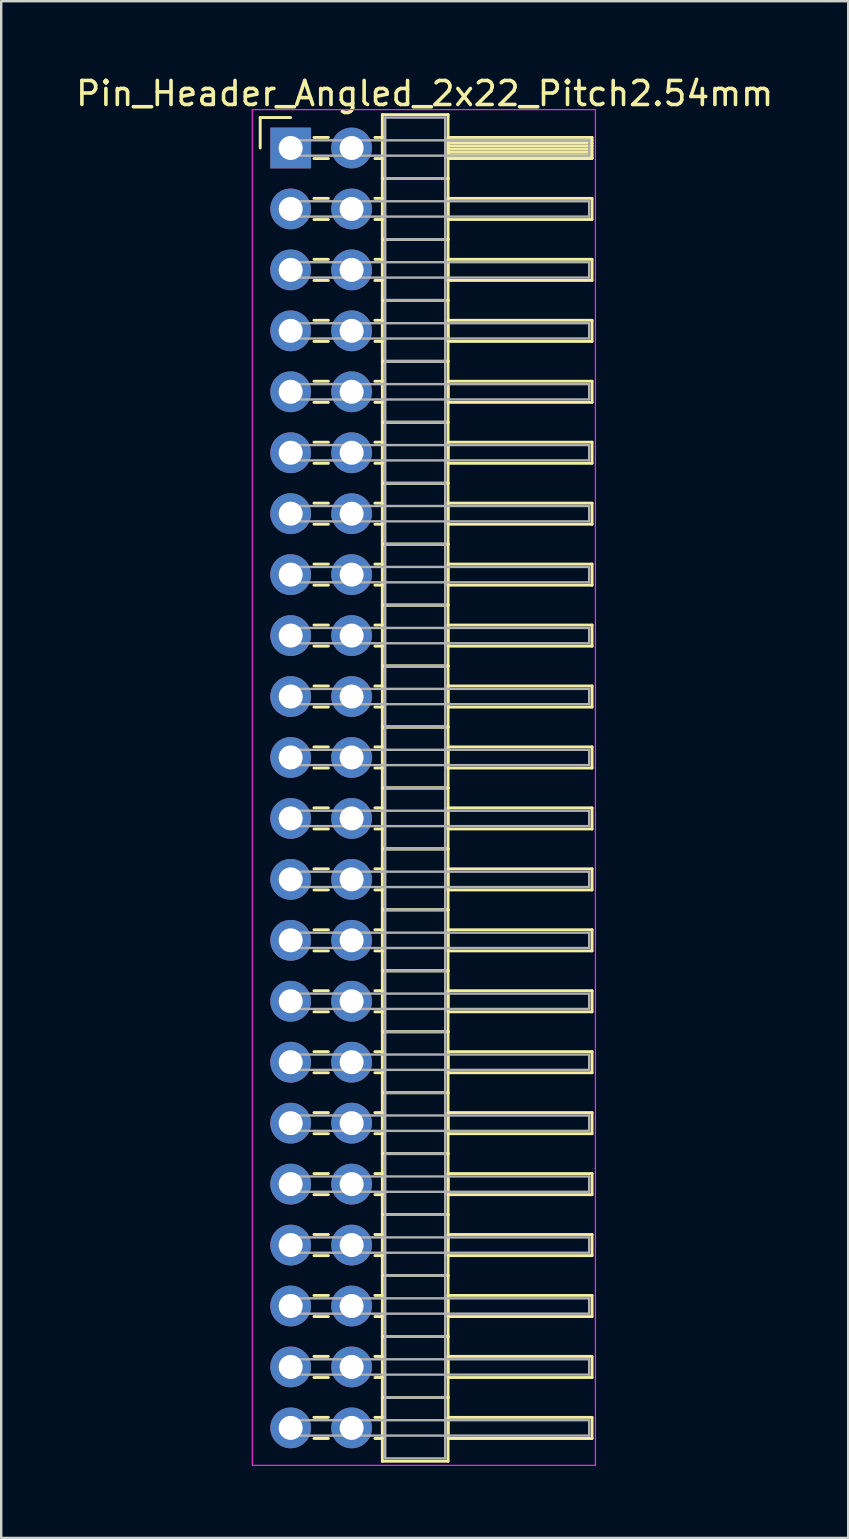
<source format=kicad_pcb>
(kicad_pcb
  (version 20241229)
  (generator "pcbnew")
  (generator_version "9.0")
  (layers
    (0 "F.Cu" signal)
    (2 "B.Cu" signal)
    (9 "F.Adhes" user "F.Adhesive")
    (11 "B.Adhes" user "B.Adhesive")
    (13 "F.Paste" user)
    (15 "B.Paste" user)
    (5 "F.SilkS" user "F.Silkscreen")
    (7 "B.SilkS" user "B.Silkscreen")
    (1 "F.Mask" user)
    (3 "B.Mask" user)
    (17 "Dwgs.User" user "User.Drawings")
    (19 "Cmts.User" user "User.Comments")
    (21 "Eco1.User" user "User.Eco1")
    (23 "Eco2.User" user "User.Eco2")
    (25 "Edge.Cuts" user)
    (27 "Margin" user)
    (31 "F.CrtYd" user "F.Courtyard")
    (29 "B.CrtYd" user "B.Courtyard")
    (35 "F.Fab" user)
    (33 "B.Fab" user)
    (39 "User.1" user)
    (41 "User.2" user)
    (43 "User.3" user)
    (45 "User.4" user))
  (footprint "Pin_Header_Angled_2x22_Pitch2.54mm"
    (layer "F.Cu")
    (at 9.064 3.118)
    (property "Reference" "Pin_Header_Angled_2x22_Pitch2.54mm" (at 5.585 -2.27 0) (layer "F.SilkS") (effects (font (size 1 1) (thickness 0.15))))
    (attr through_hole)
    (fp_line (start -1.27 -1.27) (end 0 -1.27) (stroke (width 0.12) (type solid)) (layer "F.SilkS"))
    (fp_line (start -1.27 0) (end -1.27 -1.27) (stroke (width 0.12) (type solid)) (layer "F.SilkS"))
    (fp_line (start 0.97 -0.44) (end 1.57 -0.44) (stroke (width 0.12) (type solid)) (layer "F.SilkS"))
    (fp_line (start 0.97 0.44) (end 1.57 0.44) (stroke (width 0.12) (type solid)) (layer "F.SilkS"))
    (fp_line (start 0.97 2.1) (end 1.57 2.1) (stroke (width 0.12) (type solid)) (layer "F.SilkS"))
    (fp_line (start 0.97 2.98) (end 1.57 2.98) (stroke (width 0.12) (type solid)) (layer "F.SilkS"))
    (fp_line (start 0.97 4.64) (end 1.57 4.64) (stroke (width 0.12) (type solid)) (layer "F.SilkS"))
    (fp_line (start 0.97 5.52) (end 1.57 5.52) (stroke (width 0.12) (type solid)) (layer "F.SilkS"))
    (fp_line (start 0.97 7.18) (end 1.57 7.18) (stroke (width 0.12) (type solid)) (layer "F.SilkS"))
    (fp_line (start 0.97 8.06) (end 1.57 8.06) (stroke (width 0.12) (type solid)) (layer "F.SilkS"))
    (fp_line (start 0.97 9.72) (end 1.57 9.72) (stroke (width 0.12) (type solid)) (layer "F.SilkS"))
    (fp_line (start 0.97 10.6) (end 1.57 10.6) (stroke (width 0.12) (type solid)) (layer "F.SilkS"))
    (fp_line (start 0.97 12.26) (end 1.57 12.26) (stroke (width 0.12) (type solid)) (layer "F.SilkS"))
    (fp_line (start 0.97 13.14) (end 1.57 13.14) (stroke (width 0.12) (type solid)) (layer "F.SilkS"))
    (fp_line (start 0.97 14.8) (end 1.57 14.8) (stroke (width 0.12) (type solid)) (layer "F.SilkS"))
    (fp_line (start 0.97 15.68) (end 1.57 15.68) (stroke (width 0.12) (type solid)) (layer "F.SilkS"))
    (fp_line (start 0.97 17.34) (end 1.57 17.34) (stroke (width 0.12) (type solid)) (layer "F.SilkS"))
    (fp_line (start 0.97 18.22) (end 1.57 18.22) (stroke (width 0.12) (type solid)) (layer "F.SilkS"))
    (fp_line (start 0.97 19.88) (end 1.57 19.88) (stroke (width 0.12) (type solid)) (layer "F.SilkS"))
    (fp_line (start 0.97 20.76) (end 1.57 20.76) (stroke (width 0.12) (type solid)) (layer "F.SilkS"))
    (fp_line (start 0.97 22.42) (end 1.57 22.42) (stroke (width 0.12) (type solid)) (layer "F.SilkS"))
    (fp_line (start 0.97 23.3) (end 1.57 23.3) (stroke (width 0.12) (type solid)) (layer "F.SilkS"))
    (fp_line (start 0.97 24.96) (end 1.57 24.96) (stroke (width 0.12) (type solid)) (layer "F.SilkS"))
    (fp_line (start 0.97 25.84) (end 1.57 25.84) (stroke (width 0.12) (type solid)) (layer "F.SilkS"))
    (fp_line (start 0.97 27.5) (end 1.57 27.5) (stroke (width 0.12) (type solid)) (layer "F.SilkS"))
    (fp_line (start 0.97 28.38) (end 1.57 28.38) (stroke (width 0.12) (type solid)) (layer "F.SilkS"))
    (fp_line (start 0.97 30.04) (end 1.57 30.04) (stroke (width 0.12) (type solid)) (layer "F.SilkS"))
    (fp_line (start 0.97 30.92) (end 1.57 30.92) (stroke (width 0.12) (type solid)) (layer "F.SilkS"))
    (fp_line (start 0.97 32.58) (end 1.57 32.58) (stroke (width 0.12) (type solid)) (layer "F.SilkS"))
    (fp_line (start 0.97 33.46) (end 1.57 33.46) (stroke (width 0.12) (type solid)) (layer "F.SilkS"))
    (fp_line (start 0.97 35.12) (end 1.57 35.12) (stroke (width 0.12) (type solid)) (layer "F.SilkS"))
    (fp_line (start 0.97 36) (end 1.57 36) (stroke (width 0.12) (type solid)) (layer "F.SilkS"))
    (fp_line (start 0.97 37.66) (end 1.57 37.66) (stroke (width 0.12) (type solid)) (layer "F.SilkS"))
    (fp_line (start 0.97 38.54) (end 1.57 38.54) (stroke (width 0.12) (type solid)) (layer "F.SilkS"))
    (fp_line (start 0.97 40.2) (end 1.57 40.2) (stroke (width 0.12) (type solid)) (layer "F.SilkS"))
    (fp_line (start 0.97 41.08) (end 1.57 41.08) (stroke (width 0.12) (type solid)) (layer "F.SilkS"))
    (fp_line (start 0.97 42.74) (end 1.57 42.74) (stroke (width 0.12) (type solid)) (layer "F.SilkS"))
    (fp_line (start 0.97 43.62) (end 1.57 43.62) (stroke (width 0.12) (type solid)) (layer "F.SilkS"))
    (fp_line (start 0.97 45.28) (end 1.57 45.28) (stroke (width 0.12) (type solid)) (layer "F.SilkS"))
    (fp_line (start 0.97 46.16) (end 1.57 46.16) (stroke (width 0.12) (type solid)) (layer "F.SilkS"))
    (fp_line (start 0.97 47.82) (end 1.57 47.82) (stroke (width 0.12) (type solid)) (layer "F.SilkS"))
    (fp_line (start 0.97 48.7) (end 1.57 48.7) (stroke (width 0.12) (type solid)) (layer "F.SilkS"))
    (fp_line (start 0.97 50.36) (end 1.57 50.36) (stroke (width 0.12) (type solid)) (layer "F.SilkS"))
    (fp_line (start 0.97 51.24) (end 1.57 51.24) (stroke (width 0.12) (type solid)) (layer "F.SilkS"))
    (fp_line (start 0.97 52.9) (end 1.57 52.9) (stroke (width 0.12) (type solid)) (layer "F.SilkS"))
    (fp_line (start 0.97 53.78) (end 1.57 53.78) (stroke (width 0.12) (type solid)) (layer "F.SilkS"))
    (fp_line (start 3.51 -0.44) (end 3.82 -0.44) (stroke (width 0.12) (type solid)) (layer "F.SilkS"))
    (fp_line (start 3.51 0.44) (end 3.82 0.44) (stroke (width 0.12) (type solid)) (layer "F.SilkS"))
    (fp_line (start 3.51 2.1) (end 3.82 2.1) (stroke (width 0.12) (type solid)) (layer "F.SilkS"))
    (fp_line (start 3.51 2.98) (end 3.82 2.98) (stroke (width 0.12) (type solid)) (layer "F.SilkS"))
    (fp_line (start 3.51 4.64) (end 3.82 4.64) (stroke (width 0.12) (type solid)) (layer "F.SilkS"))
    (fp_line (start 3.51 5.52) (end 3.82 5.52) (stroke (width 0.12) (type solid)) (layer "F.SilkS"))
    (fp_line (start 3.51 7.18) (end 3.82 7.18) (stroke (width 0.12) (type solid)) (layer "F.SilkS"))
    (fp_line (start 3.51 8.06) (end 3.82 8.06) (stroke (width 0.12) (type solid)) (layer "F.SilkS"))
    (fp_line (start 3.51 9.72) (end 3.82 9.72) (stroke (width 0.12) (type solid)) (layer "F.SilkS"))
    (fp_line (start 3.51 10.6) (end 3.82 10.6) (stroke (width 0.12) (type solid)) (layer "F.SilkS"))
    (fp_line (start 3.51 12.26) (end 3.82 12.26) (stroke (width 0.12) (type solid)) (layer "F.SilkS"))
    (fp_line (start 3.51 13.14) (end 3.82 13.14) (stroke (width 0.12) (type solid)) (layer "F.SilkS"))
    (fp_line (start 3.51 14.8) (end 3.82 14.8) (stroke (width 0.12) (type solid)) (layer "F.SilkS"))
    (fp_line (start 3.51 15.68) (end 3.82 15.68) (stroke (width 0.12) (type solid)) (layer "F.SilkS"))
    (fp_line (start 3.51 17.34) (end 3.82 17.34) (stroke (width 0.12) (type solid)) (layer "F.SilkS"))
    (fp_line (start 3.51 18.22) (end 3.82 18.22) (stroke (width 0.12) (type solid)) (layer "F.SilkS"))
    (fp_line (start 3.51 19.88) (end 3.82 19.88) (stroke (width 0.12) (type solid)) (layer "F.SilkS"))
    (fp_line (start 3.51 20.76) (end 3.82 20.76) (stroke (width 0.12) (type solid)) (layer "F.SilkS"))
    (fp_line (start 3.51 22.42) (end 3.82 22.42) (stroke (width 0.12) (type solid)) (layer "F.SilkS"))
    (fp_line (start 3.51 23.3) (end 3.82 23.3) (stroke (width 0.12) (type solid)) (layer "F.SilkS"))
    (fp_line (start 3.51 24.96) (end 3.82 24.96) (stroke (width 0.12) (type solid)) (layer "F.SilkS"))
    (fp_line (start 3.51 25.84) (end 3.82 25.84) (stroke (width 0.12) (type solid)) (layer "F.SilkS"))
    (fp_line (start 3.51 27.5) (end 3.82 27.5) (stroke (width 0.12) (type solid)) (layer "F.SilkS"))
    (fp_line (start 3.51 28.38) (end 3.82 28.38) (stroke (width 0.12) (type solid)) (layer "F.SilkS"))
    (fp_line (start 3.51 30.04) (end 3.82 30.04) (stroke (width 0.12) (type solid)) (layer "F.SilkS"))
    (fp_line (start 3.51 30.92) (end 3.82 30.92) (stroke (width 0.12) (type solid)) (layer "F.SilkS"))
    (fp_line (start 3.51 32.58) (end 3.82 32.58) (stroke (width 0.12) (type solid)) (layer "F.SilkS"))
    (fp_line (start 3.51 33.46) (end 3.82 33.46) (stroke (width 0.12) (type solid)) (layer "F.SilkS"))
    (fp_line (start 3.51 35.12) (end 3.82 35.12) (stroke (width 0.12) (type solid)) (layer "F.SilkS"))
    (fp_line (start 3.51 36) (end 3.82 36) (stroke (width 0.12) (type solid)) (layer "F.SilkS"))
    (fp_line (start 3.51 37.66) (end 3.82 37.66) (stroke (width 0.12) (type solid)) (layer "F.SilkS"))
    (fp_line (start 3.51 38.54) (end 3.82 38.54) (stroke (width 0.12) (type solid)) (layer "F.SilkS"))
    (fp_line (start 3.51 40.2) (end 3.82 40.2) (stroke (width 0.12) (type solid)) (layer "F.SilkS"))
    (fp_line (start 3.51 41.08) (end 3.82 41.08) (stroke (width 0.12) (type solid)) (layer "F.SilkS"))
    (fp_line (start 3.51 42.74) (end 3.82 42.74) (stroke (width 0.12) (type solid)) (layer "F.SilkS"))
    (fp_line (start 3.51 43.62) (end 3.82 43.62) (stroke (width 0.12) (type solid)) (layer "F.SilkS"))
    (fp_line (start 3.51 45.28) (end 3.82 45.28) (stroke (width 0.12) (type solid)) (layer "F.SilkS"))
    (fp_line (start 3.51 46.16) (end 3.82 46.16) (stroke (width 0.12) (type solid)) (layer "F.SilkS"))
    (fp_line (start 3.51 47.82) (end 3.82 47.82) (stroke (width 0.12) (type solid)) (layer "F.SilkS"))
    (fp_line (start 3.51 48.7) (end 3.82 48.7) (stroke (width 0.12) (type solid)) (layer "F.SilkS"))
    (fp_line (start 3.51 50.36) (end 3.82 50.36) (stroke (width 0.12) (type solid)) (layer "F.SilkS"))
    (fp_line (start 3.51 51.24) (end 3.82 51.24) (stroke (width 0.12) (type solid)) (layer "F.SilkS"))
    (fp_line (start 3.51 52.9) (end 3.82 52.9) (stroke (width 0.12) (type solid)) (layer "F.SilkS"))
    (fp_line (start 3.51 53.78) (end 3.82 53.78) (stroke (width 0.12) (type solid)) (layer "F.SilkS"))
    (fp_line (start 3.82 -1.39) (end 3.82 1.27) (stroke (width 0.12) (type solid)) (layer "F.SilkS"))
    (fp_line (start 3.82 1.27) (end 3.82 3.81) (stroke (width 0.12) (type solid)) (layer "F.SilkS"))
    (fp_line (start 3.82 1.27) (end 6.56 1.27) (stroke (width 0.12) (type solid)) (layer "F.SilkS"))
    (fp_line (start 3.82 3.81) (end 3.82 6.35) (stroke (width 0.12) (type solid)) (layer "F.SilkS"))
    (fp_line (start 3.82 3.81) (end 6.56 3.81) (stroke (width 0.12) (type solid)) (layer "F.SilkS"))
    (fp_line (start 3.82 6.35) (end 3.82 8.89) (stroke (width 0.12) (type solid)) (layer "F.SilkS"))
    (fp_line (start 3.82 6.35) (end 6.56 6.35) (stroke (width 0.12) (type solid)) (layer "F.SilkS"))
    (fp_line (start 3.82 8.89) (end 3.82 11.43) (stroke (width 0.12) (type solid)) (layer "F.SilkS"))
    (fp_line (start 3.82 8.89) (end 6.56 8.89) (stroke (width 0.12) (type solid)) (layer "F.SilkS"))
    (fp_line (start 3.82 11.43) (end 3.82 13.97) (stroke (width 0.12) (type solid)) (layer "F.SilkS"))
    (fp_line (start 3.82 11.43) (end 6.56 11.43) (stroke (width 0.12) (type solid)) (layer "F.SilkS"))
    (fp_line (start 3.82 13.97) (end 3.82 16.51) (stroke (width 0.12) (type solid)) (layer "F.SilkS"))
    (fp_line (start 3.82 13.97) (end 6.56 13.97) (stroke (width 0.12) (type solid)) (layer "F.SilkS"))
    (fp_line (start 3.82 16.51) (end 3.82 19.05) (stroke (width 0.12) (type solid)) (layer "F.SilkS"))
    (fp_line (start 3.82 16.51) (end 6.56 16.51) (stroke (width 0.12) (type solid)) (layer "F.SilkS"))
    (fp_line (start 3.82 19.05) (end 3.82 21.59) (stroke (width 0.12) (type solid)) (layer "F.SilkS"))
    (fp_line (start 3.82 19.05) (end 6.56 19.05) (stroke (width 0.12) (type solid)) (layer "F.SilkS"))
    (fp_line (start 3.82 21.59) (end 3.82 24.13) (stroke (width 0.12) (type solid)) (layer "F.SilkS"))
    (fp_line (start 3.82 21.59) (end 6.56 21.59) (stroke (width 0.12) (type solid)) (layer "F.SilkS"))
    (fp_line (start 3.82 24.13) (end 3.82 26.67) (stroke (width 0.12) (type solid)) (layer "F.SilkS"))
    (fp_line (start 3.82 24.13) (end 6.56 24.13) (stroke (width 0.12) (type solid)) (layer "F.SilkS"))
    (fp_line (start 3.82 26.67) (end 3.82 29.21) (stroke (width 0.12) (type solid)) (layer "F.SilkS"))
    (fp_line (start 3.82 26.67) (end 6.56 26.67) (stroke (width 0.12) (type solid)) (layer "F.SilkS"))
    (fp_line (start 3.82 29.21) (end 3.82 31.75) (stroke (width 0.12) (type solid)) (layer "F.SilkS"))
    (fp_line (start 3.82 29.21) (end 6.56 29.21) (stroke (width 0.12) (type solid)) (layer "F.SilkS"))
    (fp_line (start 3.82 31.75) (end 3.82 34.29) (stroke (width 0.12) (type solid)) (layer "F.SilkS"))
    (fp_line (start 3.82 31.75) (end 6.56 31.75) (stroke (width 0.12) (type solid)) (layer "F.SilkS"))
    (fp_line (start 3.82 34.29) (end 3.82 36.83) (stroke (width 0.12) (type solid)) (layer "F.SilkS"))
    (fp_line (start 3.82 34.29) (end 6.56 34.29) (stroke (width 0.12) (type solid)) (layer "F.SilkS"))
    (fp_line (start 3.82 36.83) (end 3.82 39.37) (stroke (width 0.12) (type solid)) (layer "F.SilkS"))
    (fp_line (start 3.82 36.83) (end 6.56 36.83) (stroke (width 0.12) (type solid)) (layer "F.SilkS"))
    (fp_line (start 3.82 39.37) (end 3.82 41.91) (stroke (width 0.12) (type solid)) (layer "F.SilkS"))
    (fp_line (start 3.82 39.37) (end 6.56 39.37) (stroke (width 0.12) (type solid)) (layer "F.SilkS"))
    (fp_line (start 3.82 41.91) (end 3.82 44.45) (stroke (width 0.12) (type solid)) (layer "F.SilkS"))
    (fp_line (start 3.82 41.91) (end 6.56 41.91) (stroke (width 0.12) (type solid)) (layer "F.SilkS"))
    (fp_line (start 3.82 44.45) (end 3.82 46.99) (stroke (width 0.12) (type solid)) (layer "F.SilkS"))
    (fp_line (start 3.82 44.45) (end 6.56 44.45) (stroke (width 0.12) (type solid)) (layer "F.SilkS"))
    (fp_line (start 3.82 46.99) (end 3.82 49.53) (stroke (width 0.12) (type solid)) (layer "F.SilkS"))
    (fp_line (start 3.82 46.99) (end 6.56 46.99) (stroke (width 0.12) (type solid)) (layer "F.SilkS"))
    (fp_line (start 3.82 49.53) (end 3.82 52.07) (stroke (width 0.12) (type solid)) (layer "F.SilkS"))
    (fp_line (start 3.82 49.53) (end 6.56 49.53) (stroke (width 0.12) (type solid)) (layer "F.SilkS"))
    (fp_line (start 3.82 52.07) (end 3.82 54.73) (stroke (width 0.12) (type solid)) (layer "F.SilkS"))
    (fp_line (start 3.82 52.07) (end 6.56 52.07) (stroke (width 0.12) (type solid)) (layer "F.SilkS"))
    (fp_line (start 3.82 54.73) (end 6.56 54.73) (stroke (width 0.12) (type solid)) (layer "F.SilkS"))
    (fp_line (start 6.56 -1.39) (end 3.82 -1.39) (stroke (width 0.12) (type solid)) (layer "F.SilkS"))
    (fp_line (start 6.56 -0.44) (end 6.56 0.44) (stroke (width 0.12) (type solid)) (layer "F.SilkS"))
    (fp_line (start 6.56 -0.32) (end 12.56 -0.32) (stroke (width 0.12) (type solid)) (layer "F.SilkS"))
    (fp_line (start 6.56 -0.2) (end 12.56 -0.2) (stroke (width 0.12) (type solid)) (layer "F.SilkS"))
    (fp_line (start 6.56 -0.08) (end 12.56 -0.08) (stroke (width 0.12) (type solid)) (layer "F.SilkS"))
    (fp_line (start 6.56 0.04) (end 12.56 0.04) (stroke (width 0.12) (type solid)) (layer "F.SilkS"))
    (fp_line (start 6.56 0.16) (end 12.56 0.16) (stroke (width 0.12) (type solid)) (layer "F.SilkS"))
    (fp_line (start 6.56 0.28) (end 12.56 0.28) (stroke (width 0.12) (type solid)) (layer "F.SilkS"))
    (fp_line (start 6.56 0.4) (end 12.56 0.4) (stroke (width 0.12) (type solid)) (layer "F.SilkS"))
    (fp_line (start 6.56 0.44) (end 12.56 0.44) (stroke (width 0.12) (type solid)) (layer "F.SilkS"))
    (fp_line (start 6.56 1.27) (end 3.82 1.27) (stroke (width 0.12) (type solid)) (layer "F.SilkS"))
    (fp_line (start 6.56 1.27) (end 6.56 -1.39) (stroke (width 0.12) (type solid)) (layer "F.SilkS"))
    (fp_line (start 6.56 2.1) (end 6.56 2.98) (stroke (width 0.12) (type solid)) (layer "F.SilkS"))
    (fp_line (start 6.56 2.98) (end 12.56 2.98) (stroke (width 0.12) (type solid)) (layer "F.SilkS"))
    (fp_line (start 6.56 3.81) (end 3.82 3.81) (stroke (width 0.12) (type solid)) (layer "F.SilkS"))
    (fp_line (start 6.56 3.81) (end 6.56 1.27) (stroke (width 0.12) (type solid)) (layer "F.SilkS"))
    (fp_line (start 6.56 4.64) (end 6.56 5.52) (stroke (width 0.12) (type solid)) (layer "F.SilkS"))
    (fp_line (start 6.56 5.52) (end 12.56 5.52) (stroke (width 0.12) (type solid)) (layer "F.SilkS"))
    (fp_line (start 6.56 6.35) (end 3.82 6.35) (stroke (width 0.12) (type solid)) (layer "F.SilkS"))
    (fp_line (start 6.56 6.35) (end 6.56 3.81) (stroke (width 0.12) (type solid)) (layer "F.SilkS"))
    (fp_line (start 6.56 7.18) (end 6.56 8.06) (stroke (width 0.12) (type solid)) (layer "F.SilkS"))
    (fp_line (start 6.56 8.06) (end 12.56 8.06) (stroke (width 0.12) (type solid)) (layer "F.SilkS"))
    (fp_line (start 6.56 8.89) (end 3.82 8.89) (stroke (width 0.12) (type solid)) (layer "F.SilkS"))
    (fp_line (start 6.56 8.89) (end 6.56 6.35) (stroke (width 0.12) (type solid)) (layer "F.SilkS"))
    (fp_line (start 6.56 9.72) (end 6.56 10.6) (stroke (width 0.12) (type solid)) (layer "F.SilkS"))
    (fp_line (start 6.56 10.6) (end 12.56 10.6) (stroke (width 0.12) (type solid)) (layer "F.SilkS"))
    (fp_line (start 6.56 11.43) (end 3.82 11.43) (stroke (width 0.12) (type solid)) (layer "F.SilkS"))
    (fp_line (start 6.56 11.43) (end 6.56 8.89) (stroke (width 0.12) (type solid)) (layer "F.SilkS"))
    (fp_line (start 6.56 12.26) (end 6.56 13.14) (stroke (width 0.12) (type solid)) (layer "F.SilkS"))
    (fp_line (start 6.56 13.14) (end 12.56 13.14) (stroke (width 0.12) (type solid)) (layer "F.SilkS"))
    (fp_line (start 6.56 13.97) (end 3.82 13.97) (stroke (width 0.12) (type solid)) (layer "F.SilkS"))
    (fp_line (start 6.56 13.97) (end 6.56 11.43) (stroke (width 0.12) (type solid)) (layer "F.SilkS"))
    (fp_line (start 6.56 14.8) (end 6.56 15.68) (stroke (width 0.12) (type solid)) (layer "F.SilkS"))
    (fp_line (start 6.56 15.68) (end 12.56 15.68) (stroke (width 0.12) (type solid)) (layer "F.SilkS"))
    (fp_line (start 6.56 16.51) (end 3.82 16.51) (stroke (width 0.12) (type solid)) (layer "F.SilkS"))
    (fp_line (start 6.56 16.51) (end 6.56 13.97) (stroke (width 0.12) (type solid)) (layer "F.SilkS"))
    (fp_line (start 6.56 17.34) (end 6.56 18.22) (stroke (width 0.12) (type solid)) (layer "F.SilkS"))
    (fp_line (start 6.56 18.22) (end 12.56 18.22) (stroke (width 0.12) (type solid)) (layer "F.SilkS"))
    (fp_line (start 6.56 19.05) (end 3.82 19.05) (stroke (width 0.12) (type solid)) (layer "F.SilkS"))
    (fp_line (start 6.56 19.05) (end 6.56 16.51) (stroke (width 0.12) (type solid)) (layer "F.SilkS"))
    (fp_line (start 6.56 19.88) (end 6.56 20.76) (stroke (width 0.12) (type solid)) (layer "F.SilkS"))
    (fp_line (start 6.56 20.76) (end 12.56 20.76) (stroke (width 0.12) (type solid)) (layer "F.SilkS"))
    (fp_line (start 6.56 21.59) (end 3.82 21.59) (stroke (width 0.12) (type solid)) (layer "F.SilkS"))
    (fp_line (start 6.56 21.59) (end 6.56 19.05) (stroke (width 0.12) (type solid)) (layer "F.SilkS"))
    (fp_line (start 6.56 22.42) (end 6.56 23.3) (stroke (width 0.12) (type solid)) (layer "F.SilkS"))
    (fp_line (start 6.56 23.3) (end 12.56 23.3) (stroke (width 0.12) (type solid)) (layer "F.SilkS"))
    (fp_line (start 6.56 24.13) (end 3.82 24.13) (stroke (width 0.12) (type solid)) (layer "F.SilkS"))
    (fp_line (start 6.56 24.13) (end 6.56 21.59) (stroke (width 0.12) (type solid)) (layer "F.SilkS"))
    (fp_line (start 6.56 24.96) (end 6.56 25.84) (stroke (width 0.12) (type solid)) (layer "F.SilkS"))
    (fp_line (start 6.56 25.84) (end 12.56 25.84) (stroke (width 0.12) (type solid)) (layer "F.SilkS"))
    (fp_line (start 6.56 26.67) (end 3.82 26.67) (stroke (width 0.12) (type solid)) (layer "F.SilkS"))
    (fp_line (start 6.56 26.67) (end 6.56 24.13) (stroke (width 0.12) (type solid)) (layer "F.SilkS"))
    (fp_line (start 6.56 27.5) (end 6.56 28.38) (stroke (width 0.12) (type solid)) (layer "F.SilkS"))
    (fp_line (start 6.56 28.38) (end 12.56 28.38) (stroke (width 0.12) (type solid)) (layer "F.SilkS"))
    (fp_line (start 6.56 29.21) (end 3.82 29.21) (stroke (width 0.12) (type solid)) (layer "F.SilkS"))
    (fp_line (start 6.56 29.21) (end 6.56 26.67) (stroke (width 0.12) (type solid)) (layer "F.SilkS"))
    (fp_line (start 6.56 30.04) (end 6.56 30.92) (stroke (width 0.12) (type solid)) (layer "F.SilkS"))
    (fp_line (start 6.56 30.92) (end 12.56 30.92) (stroke (width 0.12) (type solid)) (layer "F.SilkS"))
    (fp_line (start 6.56 31.75) (end 3.82 31.75) (stroke (width 0.12) (type solid)) (layer "F.SilkS"))
    (fp_line (start 6.56 31.75) (end 6.56 29.21) (stroke (width 0.12) (type solid)) (layer "F.SilkS"))
    (fp_line (start 6.56 32.58) (end 6.56 33.46) (stroke (width 0.12) (type solid)) (layer "F.SilkS"))
    (fp_line (start 6.56 33.46) (end 12.56 33.46) (stroke (width 0.12) (type solid)) (layer "F.SilkS"))
    (fp_line (start 6.56 34.29) (end 3.82 34.29) (stroke (width 0.12) (type solid)) (layer "F.SilkS"))
    (fp_line (start 6.56 34.29) (end 6.56 31.75) (stroke (width 0.12) (type solid)) (layer "F.SilkS"))
    (fp_line (start 6.56 35.12) (end 6.56 36) (stroke (width 0.12) (type solid)) (layer "F.SilkS"))
    (fp_line (start 6.56 36) (end 12.56 36) (stroke (width 0.12) (type solid)) (layer "F.SilkS"))
    (fp_line (start 6.56 36.83) (end 3.82 36.83) (stroke (width 0.12) (type solid)) (layer "F.SilkS"))
    (fp_line (start 6.56 36.83) (end 6.56 34.29) (stroke (width 0.12) (type solid)) (layer "F.SilkS"))
    (fp_line (start 6.56 37.66) (end 6.56 38.54) (stroke (width 0.12) (type solid)) (layer "F.SilkS"))
    (fp_line (start 6.56 38.54) (end 12.56 38.54) (stroke (width 0.12) (type solid)) (layer "F.SilkS"))
    (fp_line (start 6.56 39.37) (end 3.82 39.37) (stroke (width 0.12) (type solid)) (layer "F.SilkS"))
    (fp_line (start 6.56 39.37) (end 6.56 36.83) (stroke (width 0.12) (type solid)) (layer "F.SilkS"))
    (fp_line (start 6.56 40.2) (end 6.56 41.08) (stroke (width 0.12) (type solid)) (layer "F.SilkS"))
    (fp_line (start 6.56 41.08) (end 12.56 41.08) (stroke (width 0.12) (type solid)) (layer "F.SilkS"))
    (fp_line (start 6.56 41.91) (end 3.82 41.91) (stroke (width 0.12) (type solid)) (layer "F.SilkS"))
    (fp_line (start 6.56 41.91) (end 6.56 39.37) (stroke (width 0.12) (type solid)) (layer "F.SilkS"))
    (fp_line (start 6.56 42.74) (end 6.56 43.62) (stroke (width 0.12) (type solid)) (layer "F.SilkS"))
    (fp_line (start 6.56 43.62) (end 12.56 43.62) (stroke (width 0.12) (type solid)) (layer "F.SilkS"))
    (fp_line (start 6.56 44.45) (end 3.82 44.45) (stroke (width 0.12) (type solid)) (layer "F.SilkS"))
    (fp_line (start 6.56 44.45) (end 6.56 41.91) (stroke (width 0.12) (type solid)) (layer "F.SilkS"))
    (fp_line (start 6.56 45.28) (end 6.56 46.16) (stroke (width 0.12) (type solid)) (layer "F.SilkS"))
    (fp_line (start 6.56 46.16) (end 12.56 46.16) (stroke (width 0.12) (type solid)) (layer "F.SilkS"))
    (fp_line (start 6.56 46.99) (end 3.82 46.99) (stroke (width 0.12) (type solid)) (layer "F.SilkS"))
    (fp_line (start 6.56 46.99) (end 6.56 44.45) (stroke (width 0.12) (type solid)) (layer "F.SilkS"))
    (fp_line (start 6.56 47.82) (end 6.56 48.7) (stroke (width 0.12) (type solid)) (layer "F.SilkS"))
    (fp_line (start 6.56 48.7) (end 12.56 48.7) (stroke (width 0.12) (type solid)) (layer "F.SilkS"))
    (fp_line (start 6.56 49.53) (end 3.82 49.53) (stroke (width 0.12) (type solid)) (layer "F.SilkS"))
    (fp_line (start 6.56 49.53) (end 6.56 46.99) (stroke (width 0.12) (type solid)) (layer "F.SilkS"))
    (fp_line (start 6.56 50.36) (end 6.56 51.24) (stroke (width 0.12) (type solid)) (layer "F.SilkS"))
    (fp_line (start 6.56 51.24) (end 12.56 51.24) (stroke (width 0.12) (type solid)) (layer "F.SilkS"))
    (fp_line (start 6.56 52.07) (end 3.82 52.07) (stroke (width 0.12) (type solid)) (layer "F.SilkS"))
    (fp_line (start 6.56 52.07) (end 6.56 49.53) (stroke (width 0.12) (type solid)) (layer "F.SilkS"))
    (fp_line (start 6.56 52.9) (end 6.56 53.78) (stroke (width 0.12) (type solid)) (layer "F.SilkS"))
    (fp_line (start 6.56 53.78) (end 12.56 53.78) (stroke (width 0.12) (type solid)) (layer "F.SilkS"))
    (fp_line (start 6.56 54.73) (end 6.56 52.07) (stroke (width 0.12) (type solid)) (layer "F.SilkS"))
    (fp_line (start 12.56 -0.44) (end 6.56 -0.44) (stroke (width 0.12) (type solid)) (layer "F.SilkS"))
    (fp_line (start 12.56 0.44) (end 12.56 -0.44) (stroke (width 0.12) (type solid)) (layer "F.SilkS"))
    (fp_line (start 12.56 2.1) (end 6.56 2.1) (stroke (width 0.12) (type solid)) (layer "F.SilkS"))
    (fp_line (start 12.56 2.98) (end 12.56 2.1) (stroke (width 0.12) (type solid)) (layer "F.SilkS"))
    (fp_line (start 12.56 4.64) (end 6.56 4.64) (stroke (width 0.12) (type solid)) (layer "F.SilkS"))
    (fp_line (start 12.56 5.52) (end 12.56 4.64) (stroke (width 0.12) (type solid)) (layer "F.SilkS"))
    (fp_line (start 12.56 7.18) (end 6.56 7.18) (stroke (width 0.12) (type solid)) (layer "F.SilkS"))
    (fp_line (start 12.56 8.06) (end 12.56 7.18) (stroke (width 0.12) (type solid)) (layer "F.SilkS"))
    (fp_line (start 12.56 9.72) (end 6.56 9.72) (stroke (width 0.12) (type solid)) (layer "F.SilkS"))
    (fp_line (start 12.56 10.6) (end 12.56 9.72) (stroke (width 0.12) (type solid)) (layer "F.SilkS"))
    (fp_line (start 12.56 12.26) (end 6.56 12.26) (stroke (width 0.12) (type solid)) (layer "F.SilkS"))
    (fp_line (start 12.56 13.14) (end 12.56 12.26) (stroke (width 0.12) (type solid)) (layer "F.SilkS"))
    (fp_line (start 12.56 14.8) (end 6.56 14.8) (stroke (width 0.12) (type solid)) (layer "F.SilkS"))
    (fp_line (start 12.56 15.68) (end 12.56 14.8) (stroke (width 0.12) (type solid)) (layer "F.SilkS"))
    (fp_line (start 12.56 17.34) (end 6.56 17.34) (stroke (width 0.12) (type solid)) (layer "F.SilkS"))
    (fp_line (start 12.56 18.22) (end 12.56 17.34) (stroke (width 0.12) (type solid)) (layer "F.SilkS"))
    (fp_line (start 12.56 19.88) (end 6.56 19.88) (stroke (width 0.12) (type solid)) (layer "F.SilkS"))
    (fp_line (start 12.56 20.76) (end 12.56 19.88) (stroke (width 0.12) (type solid)) (layer "F.SilkS"))
    (fp_line (start 12.56 22.42) (end 6.56 22.42) (stroke (width 0.12) (type solid)) (layer "F.SilkS"))
    (fp_line (start 12.56 23.3) (end 12.56 22.42) (stroke (width 0.12) (type solid)) (layer "F.SilkS"))
    (fp_line (start 12.56 24.96) (end 6.56 24.96) (stroke (width 0.12) (type solid)) (layer "F.SilkS"))
    (fp_line (start 12.56 25.84) (end 12.56 24.96) (stroke (width 0.12) (type solid)) (layer "F.SilkS"))
    (fp_line (start 12.56 27.5) (end 6.56 27.5) (stroke (width 0.12) (type solid)) (layer "F.SilkS"))
    (fp_line (start 12.56 28.38) (end 12.56 27.5) (stroke (width 0.12) (type solid)) (layer "F.SilkS"))
    (fp_line (start 12.56 30.04) (end 6.56 30.04) (stroke (width 0.12) (type solid)) (layer "F.SilkS"))
    (fp_line (start 12.56 30.92) (end 12.56 30.04) (stroke (width 0.12) (type solid)) (layer "F.SilkS"))
    (fp_line (start 12.56 32.58) (end 6.56 32.58) (stroke (width 0.12) (type solid)) (layer "F.SilkS"))
    (fp_line (start 12.56 33.46) (end 12.56 32.58) (stroke (width 0.12) (type solid)) (layer "F.SilkS"))
    (fp_line (start 12.56 35.12) (end 6.56 35.12) (stroke (width 0.12) (type solid)) (layer "F.SilkS"))
    (fp_line (start 12.56 36) (end 12.56 35.12) (stroke (width 0.12) (type solid)) (layer "F.SilkS"))
    (fp_line (start 12.56 37.66) (end 6.56 37.66) (stroke (width 0.12) (type solid)) (layer "F.SilkS"))
    (fp_line (start 12.56 38.54) (end 12.56 37.66) (stroke (width 0.12) (type solid)) (layer "F.SilkS"))
    (fp_line (start 12.56 40.2) (end 6.56 40.2) (stroke (width 0.12) (type solid)) (layer "F.SilkS"))
    (fp_line (start 12.56 41.08) (end 12.56 40.2) (stroke (width 0.12) (type solid)) (layer "F.SilkS"))
    (fp_line (start 12.56 42.74) (end 6.56 42.74) (stroke (width 0.12) (type solid)) (layer "F.SilkS"))
    (fp_line (start 12.56 43.62) (end 12.56 42.74) (stroke (width 0.12) (type solid)) (layer "F.SilkS"))
    (fp_line (start 12.56 45.28) (end 6.56 45.28) (stroke (width 0.12) (type solid)) (layer "F.SilkS"))
    (fp_line (start 12.56 46.16) (end 12.56 45.28) (stroke (width 0.12) (type solid)) (layer "F.SilkS"))
    (fp_line (start 12.56 47.82) (end 6.56 47.82) (stroke (width 0.12) (type solid)) (layer "F.SilkS"))
    (fp_line (start 12.56 48.7) (end 12.56 47.82) (stroke (width 0.12) (type solid)) (layer "F.SilkS"))
    (fp_line (start 12.56 50.36) (end 6.56 50.36) (stroke (width 0.12) (type solid)) (layer "F.SilkS"))
    (fp_line (start 12.56 51.24) (end 12.56 50.36) (stroke (width 0.12) (type solid)) (layer "F.SilkS"))
    (fp_line (start 12.56 52.9) (end 6.56 52.9) (stroke (width 0.12) (type solid)) (layer "F.SilkS"))
    (fp_line (start 12.56 53.78) (end 12.56 52.9) (stroke (width 0.12) (type solid)) (layer "F.SilkS"))
    (fp_line (start -1.6 -1.6) (end -1.6 54.9) (stroke (width 0.05) (type solid)) (layer "F.CrtYd"))
    (fp_line (start -1.6 54.9) (end 12.7 54.9) (stroke (width 0.05) (type solid)) (layer "F.CrtYd"))
    (fp_line (start 12.7 -1.6) (end -1.6 -1.6) (stroke (width 0.05) (type solid)) (layer "F.CrtYd"))
    (fp_line (start 12.7 54.9) (end 12.7 -1.6) (stroke (width 0.05) (type solid)) (layer "F.CrtYd"))
    (fp_line (start 0 -0.32) (end 0 0.32) (stroke (width 0.1) (type solid)) (layer "F.Fab"))
    (fp_line (start 0 0.32) (end 12.44 0.32) (stroke (width 0.1) (type solid)) (layer "F.Fab"))
    (fp_line (start 0 2.22) (end 0 2.86) (stroke (width 0.1) (type solid)) (layer "F.Fab"))
    (fp_line (start 0 2.86) (end 12.44 2.86) (stroke (width 0.1) (type solid)) (layer "F.Fab"))
    (fp_line (start 0 4.76) (end 0 5.4) (stroke (width 0.1) (type solid)) (layer "F.Fab"))
    (fp_line (start 0 5.4) (end 12.44 5.4) (stroke (width 0.1) (type solid)) (layer "F.Fab"))
    (fp_line (start 0 7.3) (end 0 7.94) (stroke (width 0.1) (type solid)) (layer "F.Fab"))
    (fp_line (start 0 7.94) (end 12.44 7.94) (stroke (width 0.1) (type solid)) (layer "F.Fab"))
    (fp_line (start 0 9.84) (end 0 10.48) (stroke (width 0.1) (type solid)) (layer "F.Fab"))
    (fp_line (start 0 10.48) (end 12.44 10.48) (stroke (width 0.1) (type solid)) (layer "F.Fab"))
    (fp_line (start 0 12.38) (end 0 13.02) (stroke (width 0.1) (type solid)) (layer "F.Fab"))
    (fp_line (start 0 13.02) (end 12.44 13.02) (stroke (width 0.1) (type solid)) (layer "F.Fab"))
    (fp_line (start 0 14.92) (end 0 15.56) (stroke (width 0.1) (type solid)) (layer "F.Fab"))
    (fp_line (start 0 15.56) (end 12.44 15.56) (stroke (width 0.1) (type solid)) (layer "F.Fab"))
    (fp_line (start 0 17.46) (end 0 18.1) (stroke (width 0.1) (type solid)) (layer "F.Fab"))
    (fp_line (start 0 18.1) (end 12.44 18.1) (stroke (width 0.1) (type solid)) (layer "F.Fab"))
    (fp_line (start 0 20) (end 0 20.64) (stroke (width 0.1) (type solid)) (layer "F.Fab"))
    (fp_line (start 0 20.64) (end 12.44 20.64) (stroke (width 0.1) (type solid)) (layer "F.Fab"))
    (fp_line (start 0 22.54) (end 0 23.18) (stroke (width 0.1) (type solid)) (layer "F.Fab"))
    (fp_line (start 0 23.18) (end 12.44 23.18) (stroke (width 0.1) (type solid)) (layer "F.Fab"))
    (fp_line (start 0 25.08) (end 0 25.72) (stroke (width 0.1) (type solid)) (layer "F.Fab"))
    (fp_line (start 0 25.72) (end 12.44 25.72) (stroke (width 0.1) (type solid)) (layer "F.Fab"))
    (fp_line (start 0 27.62) (end 0 28.26) (stroke (width 0.1) (type solid)) (layer "F.Fab"))
    (fp_line (start 0 28.26) (end 12.44 28.26) (stroke (width 0.1) (type solid)) (layer "F.Fab"))
    (fp_line (start 0 30.16) (end 0 30.8) (stroke (width 0.1) (type solid)) (layer "F.Fab"))
    (fp_line (start 0 30.8) (end 12.44 30.8) (stroke (width 0.1) (type solid)) (layer "F.Fab"))
    (fp_line (start 0 32.7) (end 0 33.34) (stroke (width 0.1) (type solid)) (layer "F.Fab"))
    (fp_line (start 0 33.34) (end 12.44 33.34) (stroke (width 0.1) (type solid)) (layer "F.Fab"))
    (fp_line (start 0 35.24) (end 0 35.88) (stroke (width 0.1) (type solid)) (layer "F.Fab"))
    (fp_line (start 0 35.88) (end 12.44 35.88) (stroke (width 0.1) (type solid)) (layer "F.Fab"))
    (fp_line (start 0 37.78) (end 0 38.42) (stroke (width 0.1) (type solid)) (layer "F.Fab"))
    (fp_line (start 0 38.42) (end 12.44 38.42) (stroke (width 0.1) (type solid)) (layer "F.Fab"))
    (fp_line (start 0 40.32) (end 0 40.96) (stroke (width 0.1) (type solid)) (layer "F.Fab"))
    (fp_line (start 0 40.96) (end 12.44 40.96) (stroke (width 0.1) (type solid)) (layer "F.Fab"))
    (fp_line (start 0 42.86) (end 0 43.5) (stroke (width 0.1) (type solid)) (layer "F.Fab"))
    (fp_line (start 0 43.5) (end 12.44 43.5) (stroke (width 0.1) (type solid)) (layer "F.Fab"))
    (fp_line (start 0 45.4) (end 0 46.04) (stroke (width 0.1) (type solid)) (layer "F.Fab"))
    (fp_line (start 0 46.04) (end 12.44 46.04) (stroke (width 0.1) (type solid)) (layer "F.Fab"))
    (fp_line (start 0 47.94) (end 0 48.58) (stroke (width 0.1) (type solid)) (layer "F.Fab"))
    (fp_line (start 0 48.58) (end 12.44 48.58) (stroke (width 0.1) (type solid)) (layer "F.Fab"))
    (fp_line (start 0 50.48) (end 0 51.12) (stroke (width 0.1) (type solid)) (layer "F.Fab"))
    (fp_line (start 0 51.12) (end 12.44 51.12) (stroke (width 0.1) (type solid)) (layer "F.Fab"))
    (fp_line (start 0 53.02) (end 0 53.66) (stroke (width 0.1) (type solid)) (layer "F.Fab"))
    (fp_line (start 0 53.66) (end 12.44 53.66) (stroke (width 0.1) (type solid)) (layer "F.Fab"))
    (fp_line (start 3.94 -1.27) (end 3.94 1.27) (stroke (width 0.1) (type solid)) (layer "F.Fab"))
    (fp_line (start 3.94 1.27) (end 3.94 3.81) (stroke (width 0.1) (type solid)) (layer "F.Fab"))
    (fp_line (start 3.94 1.27) (end 6.44 1.27) (stroke (width 0.1) (type solid)) (layer "F.Fab"))
    (fp_line (start 3.94 3.81) (end 3.94 6.35) (stroke (width 0.1) (type solid)) (layer "F.Fab"))
    (fp_line (start 3.94 3.81) (end 6.44 3.81) (stroke (width 0.1) (type solid)) (layer "F.Fab"))
    (fp_line (start 3.94 6.35) (end 3.94 8.89) (stroke (width 0.1) (type solid)) (layer "F.Fab"))
    (fp_line (start 3.94 6.35) (end 6.44 6.35) (stroke (width 0.1) (type solid)) (layer "F.Fab"))
    (fp_line (start 3.94 8.89) (end 3.94 11.43) (stroke (width 0.1) (type solid)) (layer "F.Fab"))
    (fp_line (start 3.94 8.89) (end 6.44 8.89) (stroke (width 0.1) (type solid)) (layer "F.Fab"))
    (fp_line (start 3.94 11.43) (end 3.94 13.97) (stroke (width 0.1) (type solid)) (layer "F.Fab"))
    (fp_line (start 3.94 11.43) (end 6.44 11.43) (stroke (width 0.1) (type solid)) (layer "F.Fab"))
    (fp_line (start 3.94 13.97) (end 3.94 16.51) (stroke (width 0.1) (type solid)) (layer "F.Fab"))
    (fp_line (start 3.94 13.97) (end 6.44 13.97) (stroke (width 0.1) (type solid)) (layer "F.Fab"))
    (fp_line (start 3.94 16.51) (end 3.94 19.05) (stroke (width 0.1) (type solid)) (layer "F.Fab"))
    (fp_line (start 3.94 16.51) (end 6.44 16.51) (stroke (width 0.1) (type solid)) (layer "F.Fab"))
    (fp_line (start 3.94 19.05) (end 3.94 21.59) (stroke (width 0.1) (type solid)) (layer "F.Fab"))
    (fp_line (start 3.94 19.05) (end 6.44 19.05) (stroke (width 0.1) (type solid)) (layer "F.Fab"))
    (fp_line (start 3.94 21.59) (end 3.94 24.13) (stroke (width 0.1) (type solid)) (layer "F.Fab"))
    (fp_line (start 3.94 21.59) (end 6.44 21.59) (stroke (width 0.1) (type solid)) (layer "F.Fab"))
    (fp_line (start 3.94 24.13) (end 3.94 26.67) (stroke (width 0.1) (type solid)) (layer "F.Fab"))
    (fp_line (start 3.94 24.13) (end 6.44 24.13) (stroke (width 0.1) (type solid)) (layer "F.Fab"))
    (fp_line (start 3.94 26.67) (end 3.94 29.21) (stroke (width 0.1) (type solid)) (layer "F.Fab"))
    (fp_line (start 3.94 26.67) (end 6.44 26.67) (stroke (width 0.1) (type solid)) (layer "F.Fab"))
    (fp_line (start 3.94 29.21) (end 3.94 31.75) (stroke (width 0.1) (type solid)) (layer "F.Fab"))
    (fp_line (start 3.94 29.21) (end 6.44 29.21) (stroke (width 0.1) (type solid)) (layer "F.Fab"))
    (fp_line (start 3.94 31.75) (end 3.94 34.29) (stroke (width 0.1) (type solid)) (layer "F.Fab"))
    (fp_line (start 3.94 31.75) (end 6.44 31.75) (stroke (width 0.1) (type solid)) (layer "F.Fab"))
    (fp_line (start 3.94 34.29) (end 3.94 36.83) (stroke (width 0.1) (type solid)) (layer "F.Fab"))
    (fp_line (start 3.94 34.29) (end 6.44 34.29) (stroke (width 0.1) (type solid)) (layer "F.Fab"))
    (fp_line (start 3.94 36.83) (end 3.94 39.37) (stroke (width 0.1) (type solid)) (layer "F.Fab"))
    (fp_line (start 3.94 36.83) (end 6.44 36.83) (stroke (width 0.1) (type solid)) (layer "F.Fab"))
    (fp_line (start 3.94 39.37) (end 3.94 41.91) (stroke (width 0.1) (type solid)) (layer "F.Fab"))
    (fp_line (start 3.94 39.37) (end 6.44 39.37) (stroke (width 0.1) (type solid)) (layer "F.Fab"))
    (fp_line (start 3.94 41.91) (end 3.94 44.45) (stroke (width 0.1) (type solid)) (layer "F.Fab"))
    (fp_line (start 3.94 41.91) (end 6.44 41.91) (stroke (width 0.1) (type solid)) (layer "F.Fab"))
    (fp_line (start 3.94 44.45) (end 3.94 46.99) (stroke (width 0.1) (type solid)) (layer "F.Fab"))
    (fp_line (start 3.94 44.45) (end 6.44 44.45) (stroke (width 0.1) (type solid)) (layer "F.Fab"))
    (fp_line (start 3.94 46.99) (end 3.94 49.53) (stroke (width 0.1) (type solid)) (layer "F.Fab"))
    (fp_line (start 3.94 46.99) (end 6.44 46.99) (stroke (width 0.1) (type solid)) (layer "F.Fab"))
    (fp_line (start 3.94 49.53) (end 3.94 52.07) (stroke (width 0.1) (type solid)) (layer "F.Fab"))
    (fp_line (start 3.94 49.53) (end 6.44 49.53) (stroke (width 0.1) (type solid)) (layer "F.Fab"))
    (fp_line (start 3.94 52.07) (end 3.94 54.61) (stroke (width 0.1) (type solid)) (layer "F.Fab"))
    (fp_line (start 3.94 52.07) (end 6.44 52.07) (stroke (width 0.1) (type solid)) (layer "F.Fab"))
    (fp_line (start 3.94 54.61) (end 6.44 54.61) (stroke (width 0.1) (type solid)) (layer "F.Fab"))
    (fp_line (start 6.44 -1.27) (end 3.94 -1.27) (stroke (width 0.1) (type solid)) (layer "F.Fab"))
    (fp_line (start 6.44 1.27) (end 3.94 1.27) (stroke (width 0.1) (type solid)) (layer "F.Fab"))
    (fp_line (start 6.44 1.27) (end 6.44 -1.27) (stroke (width 0.1) (type solid)) (layer "F.Fab"))
    (fp_line (start 6.44 3.81) (end 3.94 3.81) (stroke (width 0.1) (type solid)) (layer "F.Fab"))
    (fp_line (start 6.44 3.81) (end 6.44 1.27) (stroke (width 0.1) (type solid)) (layer "F.Fab"))
    (fp_line (start 6.44 6.35) (end 3.94 6.35) (stroke (width 0.1) (type solid)) (layer "F.Fab"))
    (fp_line (start 6.44 6.35) (end 6.44 3.81) (stroke (width 0.1) (type solid)) (layer "F.Fab"))
    (fp_line (start 6.44 8.89) (end 3.94 8.89) (stroke (width 0.1) (type solid)) (layer "F.Fab"))
    (fp_line (start 6.44 8.89) (end 6.44 6.35) (stroke (width 0.1) (type solid)) (layer "F.Fab"))
    (fp_line (start 6.44 11.43) (end 3.94 11.43) (stroke (width 0.1) (type solid)) (layer "F.Fab"))
    (fp_line (start 6.44 11.43) (end 6.44 8.89) (stroke (width 0.1) (type solid)) (layer "F.Fab"))
    (fp_line (start 6.44 13.97) (end 3.94 13.97) (stroke (width 0.1) (type solid)) (layer "F.Fab"))
    (fp_line (start 6.44 13.97) (end 6.44 11.43) (stroke (width 0.1) (type solid)) (layer "F.Fab"))
    (fp_line (start 6.44 16.51) (end 3.94 16.51) (stroke (width 0.1) (type solid)) (layer "F.Fab"))
    (fp_line (start 6.44 16.51) (end 6.44 13.97) (stroke (width 0.1) (type solid)) (layer "F.Fab"))
    (fp_line (start 6.44 19.05) (end 3.94 19.05) (stroke (width 0.1) (type solid)) (layer "F.Fab"))
    (fp_line (start 6.44 19.05) (end 6.44 16.51) (stroke (width 0.1) (type solid)) (layer "F.Fab"))
    (fp_line (start 6.44 21.59) (end 3.94 21.59) (stroke (width 0.1) (type solid)) (layer "F.Fab"))
    (fp_line (start 6.44 21.59) (end 6.44 19.05) (stroke (width 0.1) (type solid)) (layer "F.Fab"))
    (fp_line (start 6.44 24.13) (end 3.94 24.13) (stroke (width 0.1) (type solid)) (layer "F.Fab"))
    (fp_line (start 6.44 24.13) (end 6.44 21.59) (stroke (width 0.1) (type solid)) (layer "F.Fab"))
    (fp_line (start 6.44 26.67) (end 3.94 26.67) (stroke (width 0.1) (type solid)) (layer "F.Fab"))
    (fp_line (start 6.44 26.67) (end 6.44 24.13) (stroke (width 0.1) (type solid)) (layer "F.Fab"))
    (fp_line (start 6.44 29.21) (end 3.94 29.21) (stroke (width 0.1) (type solid)) (layer "F.Fab"))
    (fp_line (start 6.44 29.21) (end 6.44 26.67) (stroke (width 0.1) (type solid)) (layer "F.Fab"))
    (fp_line (start 6.44 31.75) (end 3.94 31.75) (stroke (width 0.1) (type solid)) (layer "F.Fab"))
    (fp_line (start 6.44 31.75) (end 6.44 29.21) (stroke (width 0.1) (type solid)) (layer "F.Fab"))
    (fp_line (start 6.44 34.29) (end 3.94 34.29) (stroke (width 0.1) (type solid)) (layer "F.Fab"))
    (fp_line (start 6.44 34.29) (end 6.44 31.75) (stroke (width 0.1) (type solid)) (layer "F.Fab"))
    (fp_line (start 6.44 36.83) (end 3.94 36.83) (stroke (width 0.1) (type solid)) (layer "F.Fab"))
    (fp_line (start 6.44 36.83) (end 6.44 34.29) (stroke (width 0.1) (type solid)) (layer "F.Fab"))
    (fp_line (start 6.44 39.37) (end 3.94 39.37) (stroke (width 0.1) (type solid)) (layer "F.Fab"))
    (fp_line (start 6.44 39.37) (end 6.44 36.83) (stroke (width 0.1) (type solid)) (layer "F.Fab"))
    (fp_line (start 6.44 41.91) (end 3.94 41.91) (stroke (width 0.1) (type solid)) (layer "F.Fab"))
    (fp_line (start 6.44 41.91) (end 6.44 39.37) (stroke (width 0.1) (type solid)) (layer "F.Fab"))
    (fp_line (start 6.44 44.45) (end 3.94 44.45) (stroke (width 0.1) (type solid)) (layer "F.Fab"))
    (fp_line (start 6.44 44.45) (end 6.44 41.91) (stroke (width 0.1) (type solid)) (layer "F.Fab"))
    (fp_line (start 6.44 46.99) (end 3.94 46.99) (stroke (width 0.1) (type solid)) (layer "F.Fab"))
    (fp_line (start 6.44 46.99) (end 6.44 44.45) (stroke (width 0.1) (type solid)) (layer "F.Fab"))
    (fp_line (start 6.44 49.53) (end 3.94 49.53) (stroke (width 0.1) (type solid)) (layer "F.Fab"))
    (fp_line (start 6.44 49.53) (end 6.44 46.99) (stroke (width 0.1) (type solid)) (layer "F.Fab"))
    (fp_line (start 6.44 52.07) (end 3.94 52.07) (stroke (width 0.1) (type solid)) (layer "F.Fab"))
    (fp_line (start 6.44 52.07) (end 6.44 49.53) (stroke (width 0.1) (type solid)) (layer "F.Fab"))
    (fp_line (start 6.44 54.61) (end 6.44 52.07) (stroke (width 0.1) (type solid)) (layer "F.Fab"))
    (fp_line (start 12.44 -0.32) (end 0 -0.32) (stroke (width 0.1) (type solid)) (layer "F.Fab"))
    (fp_line (start 12.44 0.32) (end 12.44 -0.32) (stroke (width 0.1) (type solid)) (layer "F.Fab"))
    (fp_line (start 12.44 2.22) (end 0 2.22) (stroke (width 0.1) (type solid)) (layer "F.Fab"))
    (fp_line (start 12.44 2.86) (end 12.44 2.22) (stroke (width 0.1) (type solid)) (layer "F.Fab"))
    (fp_line (start 12.44 4.76) (end 0 4.76) (stroke (width 0.1) (type solid)) (layer "F.Fab"))
    (fp_line (start 12.44 5.4) (end 12.44 4.76) (stroke (width 0.1) (type solid)) (layer "F.Fab"))
    (fp_line (start 12.44 7.3) (end 0 7.3) (stroke (width 0.1) (type solid)) (layer "F.Fab"))
    (fp_line (start 12.44 7.94) (end 12.44 7.3) (stroke (width 0.1) (type solid)) (layer "F.Fab"))
    (fp_line (start 12.44 9.84) (end 0 9.84) (stroke (width 0.1) (type solid)) (layer "F.Fab"))
    (fp_line (start 12.44 10.48) (end 12.44 9.84) (stroke (width 0.1) (type solid)) (layer "F.Fab"))
    (fp_line (start 12.44 12.38) (end 0 12.38) (stroke (width 0.1) (type solid)) (layer "F.Fab"))
    (fp_line (start 12.44 13.02) (end 12.44 12.38) (stroke (width 0.1) (type solid)) (layer "F.Fab"))
    (fp_line (start 12.44 14.92) (end 0 14.92) (stroke (width 0.1) (type solid)) (layer "F.Fab"))
    (fp_line (start 12.44 15.56) (end 12.44 14.92) (stroke (width 0.1) (type solid)) (layer "F.Fab"))
    (fp_line (start 12.44 17.46) (end 0 17.46) (stroke (width 0.1) (type solid)) (layer "F.Fab"))
    (fp_line (start 12.44 18.1) (end 12.44 17.46) (stroke (width 0.1) (type solid)) (layer "F.Fab"))
    (fp_line (start 12.44 20) (end 0 20) (stroke (width 0.1) (type solid)) (layer "F.Fab"))
    (fp_line (start 12.44 20.64) (end 12.44 20) (stroke (width 0.1) (type solid)) (layer "F.Fab"))
    (fp_line (start 12.44 22.54) (end 0 22.54) (stroke (width 0.1) (type solid)) (layer "F.Fab"))
    (fp_line (start 12.44 23.18) (end 12.44 22.54) (stroke (width 0.1) (type solid)) (layer "F.Fab"))
    (fp_line (start 12.44 25.08) (end 0 25.08) (stroke (width 0.1) (type solid)) (layer "F.Fab"))
    (fp_line (start 12.44 25.72) (end 12.44 25.08) (stroke (width 0.1) (type solid)) (layer "F.Fab"))
    (fp_line (start 12.44 27.62) (end 0 27.62) (stroke (width 0.1) (type solid)) (layer "F.Fab"))
    (fp_line (start 12.44 28.26) (end 12.44 27.62) (stroke (width 0.1) (type solid)) (layer "F.Fab"))
    (fp_line (start 12.44 30.16) (end 0 30.16) (stroke (width 0.1) (type solid)) (layer "F.Fab"))
    (fp_line (start 12.44 30.8) (end 12.44 30.16) (stroke (width 0.1) (type solid)) (layer "F.Fab"))
    (fp_line (start 12.44 32.7) (end 0 32.7) (stroke (width 0.1) (type solid)) (layer "F.Fab"))
    (fp_line (start 12.44 33.34) (end 12.44 32.7) (stroke (width 0.1) (type solid)) (layer "F.Fab"))
    (fp_line (start 12.44 35.24) (end 0 35.24) (stroke (width 0.1) (type solid)) (layer "F.Fab"))
    (fp_line (start 12.44 35.88) (end 12.44 35.24) (stroke (width 0.1) (type solid)) (layer "F.Fab"))
    (fp_line (start 12.44 37.78) (end 0 37.78) (stroke (width 0.1) (type solid)) (layer "F.Fab"))
    (fp_line (start 12.44 38.42) (end 12.44 37.78) (stroke (width 0.1) (type solid)) (layer "F.Fab"))
    (fp_line (start 12.44 40.32) (end 0 40.32) (stroke (width 0.1) (type solid)) (layer "F.Fab"))
    (fp_line (start 12.44 40.96) (end 12.44 40.32) (stroke (width 0.1) (type solid)) (layer "F.Fab"))
    (fp_line (start 12.44 42.86) (end 0 42.86) (stroke (width 0.1) (type solid)) (layer "F.Fab"))
    (fp_line (start 12.44 43.5) (end 12.44 42.86) (stroke (width 0.1) (type solid)) (layer "F.Fab"))
    (fp_line (start 12.44 45.4) (end 0 45.4) (stroke (width 0.1) (type solid)) (layer "F.Fab"))
    (fp_line (start 12.44 46.04) (end 12.44 45.4) (stroke (width 0.1) (type solid)) (layer "F.Fab"))
    (fp_line (start 12.44 47.94) (end 0 47.94) (stroke (width 0.1) (type solid)) (layer "F.Fab"))
    (fp_line (start 12.44 48.58) (end 12.44 47.94) (stroke (width 0.1) (type solid)) (layer "F.Fab"))
    (fp_line (start 12.44 50.48) (end 0 50.48) (stroke (width 0.1) (type solid)) (layer "F.Fab"))
    (fp_line (start 12.44 51.12) (end 12.44 50.48) (stroke (width 0.1) (type solid)) (layer "F.Fab"))
    (fp_line (start 12.44 53.02) (end 0 53.02) (stroke (width 0.1) (type solid)) (layer "F.Fab"))
    (fp_line (start 12.44 53.66) (end 12.44 53.02) (stroke (width 0.1) (type solid)) (layer "F.Fab"))
    (pad "1" thru_hole rect (at 0 0) (size 1.7 1.7) (drill 1) (layers "*.Cu" "*.Mask"))
    (pad "2" thru_hole oval (at 2.54 0) (size 1.7 1.7) (drill 1) (layers "*.Cu" "*.Mask"))
    (pad "3" thru_hole oval (at 0 2.54) (size 1.7 1.7) (drill 1) (layers "*.Cu" "*.Mask"))
    (pad "4" thru_hole oval (at 2.54 2.54) (size 1.7 1.7) (drill 1) (layers "*.Cu" "*.Mask"))
    (pad "5" thru_hole oval (at 0 5.08) (size 1.7 1.7) (drill 1) (layers "*.Cu" "*.Mask"))
    (pad "6" thru_hole oval (at 2.54 5.08) (size 1.7 1.7) (drill 1) (layers "*.Cu" "*.Mask"))
    (pad "7" thru_hole oval (at 0 7.62) (size 1.7 1.7) (drill 1) (layers "*.Cu" "*.Mask"))
    (pad "8" thru_hole oval (at 2.54 7.62) (size 1.7 1.7) (drill 1) (layers "*.Cu" "*.Mask"))
    (pad "9" thru_hole oval (at 0 10.16) (size 1.7 1.7) (drill 1) (layers "*.Cu" "*.Mask"))
    (pad "10" thru_hole oval (at 2.54 10.16) (size 1.7 1.7) (drill 1) (layers "*.Cu" "*.Mask"))
    (pad "11" thru_hole oval (at 0 12.7) (size 1.7 1.7) (drill 1) (layers "*.Cu" "*.Mask"))
    (pad "12" thru_hole oval (at 2.54 12.7) (size 1.7 1.7) (drill 1) (layers "*.Cu" "*.Mask"))
    (pad "13" thru_hole oval (at 0 15.24) (size 1.7 1.7) (drill 1) (layers "*.Cu" "*.Mask"))
    (pad "14" thru_hole oval (at 2.54 15.24) (size 1.7 1.7) (drill 1) (layers "*.Cu" "*.Mask"))
    (pad "15" thru_hole oval (at 0 17.78) (size 1.7 1.7) (drill 1) (layers "*.Cu" "*.Mask"))
    (pad "16" thru_hole oval (at 2.54 17.78) (size 1.7 1.7) (drill 1) (layers "*.Cu" "*.Mask"))
    (pad "17" thru_hole oval (at 0 20.32) (size 1.7 1.7) (drill 1) (layers "*.Cu" "*.Mask"))
    (pad "18" thru_hole oval (at 2.54 20.32) (size 1.7 1.7) (drill 1) (layers "*.Cu" "*.Mask"))
    (pad "19" thru_hole oval (at 0 22.86) (size 1.7 1.7) (drill 1) (layers "*.Cu" "*.Mask"))
    (pad "20" thru_hole oval (at 2.54 22.86) (size 1.7 1.7) (drill 1) (layers "*.Cu" "*.Mask"))
    (pad "21" thru_hole oval (at 0 25.4) (size 1.7 1.7) (drill 1) (layers "*.Cu" "*.Mask"))
    (pad "22" thru_hole oval (at 2.54 25.4) (size 1.7 1.7) (drill 1) (layers "*.Cu" "*.Mask"))
    (pad "23" thru_hole oval (at 0 27.94) (size 1.7 1.7) (drill 1) (layers "*.Cu" "*.Mask"))
    (pad "24" thru_hole oval (at 2.54 27.94) (size 1.7 1.7) (drill 1) (layers "*.Cu" "*.Mask"))
    (pad "25" thru_hole oval (at 0 30.48) (size 1.7 1.7) (drill 1) (layers "*.Cu" "*.Mask"))
    (pad "26" thru_hole oval (at 2.54 30.48) (size 1.7 1.7) (drill 1) (layers "*.Cu" "*.Mask"))
    (pad "27" thru_hole oval (at 0 33.02) (size 1.7 1.7) (drill 1) (layers "*.Cu" "*.Mask"))
    (pad "28" thru_hole oval (at 2.54 33.02) (size 1.7 1.7) (drill 1) (layers "*.Cu" "*.Mask"))
    (pad "29" thru_hole oval (at 0 35.56) (size 1.7 1.7) (drill 1) (layers "*.Cu" "*.Mask"))
    (pad "30" thru_hole oval (at 2.54 35.56) (size 1.7 1.7) (drill 1) (layers "*.Cu" "*.Mask"))
    (pad "31" thru_hole oval (at 0 38.1) (size 1.7 1.7) (drill 1) (layers "*.Cu" "*.Mask"))
    (pad "32" thru_hole oval (at 2.54 38.1) (size 1.7 1.7) (drill 1) (layers "*.Cu" "*.Mask"))
    (pad "33" thru_hole oval (at 0 40.64) (size 1.7 1.7) (drill 1) (layers "*.Cu" "*.Mask"))
    (pad "34" thru_hole oval (at 2.54 40.64) (size 1.7 1.7) (drill 1) (layers "*.Cu" "*.Mask"))
    (pad "35" thru_hole oval (at 0 43.18) (size 1.7 1.7) (drill 1) (layers "*.Cu" "*.Mask"))
    (pad "36" thru_hole oval (at 2.54 43.18) (size 1.7 1.7) (drill 1) (layers "*.Cu" "*.Mask"))
    (pad "37" thru_hole oval (at 0 45.72) (size 1.7 1.7) (drill 1) (layers "*.Cu" "*.Mask"))
    (pad "38" thru_hole oval (at 2.54 45.72) (size 1.7 1.7) (drill 1) (layers "*.Cu" "*.Mask"))
    (pad "39" thru_hole oval (at 0 48.26) (size 1.7 1.7) (drill 1) (layers "*.Cu" "*.Mask"))
    (pad "40" thru_hole oval (at 2.54 48.26) (size 1.7 1.7) (drill 1) (layers "*.Cu" "*.Mask"))
    (pad "41" thru_hole oval (at 0 50.8) (size 1.7 1.7) (drill 1) (layers "*.Cu" "*.Mask"))
    (pad "42" thru_hole oval (at 2.54 50.8) (size 1.7 1.7) (drill 1) (layers "*.Cu" "*.Mask"))
    (pad "43" thru_hole oval (at 0 53.34) (size 1.7 1.7) (drill 1) (layers "*.Cu" "*.Mask"))
    (pad "44" thru_hole oval (at 2.54 53.34) (size 1.7 1.7) (drill 1) (layers "*.Cu" "*.Mask")))
  (gr_rect
    (start -3 -3)
    (end 32.298 61.043)
    (stroke (width 0.1) (type default))
    (fill no)
    (layer "Edge.Cuts")))
</source>
